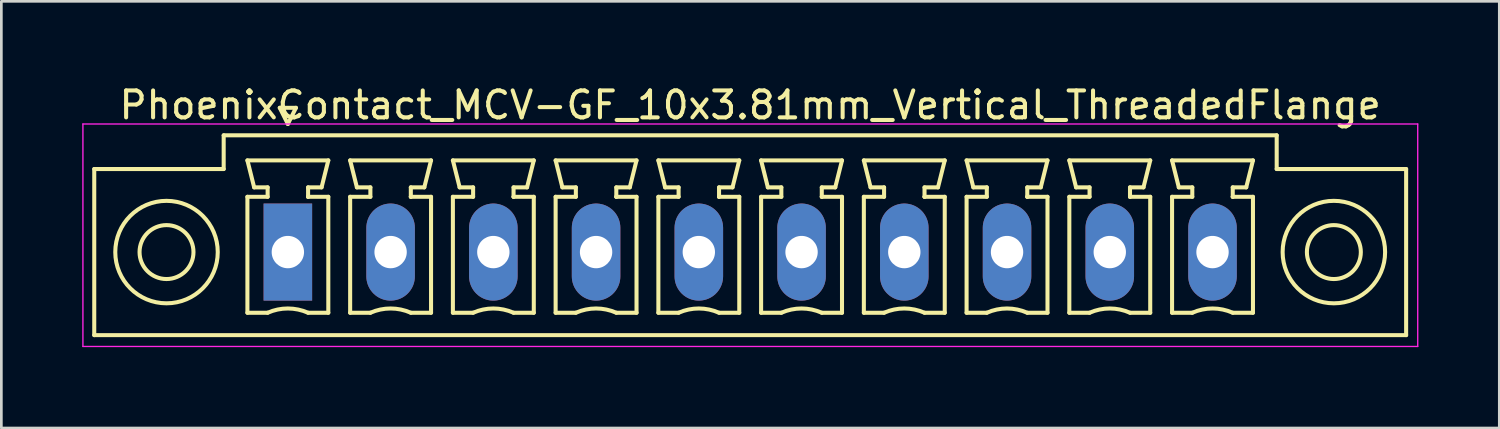
<source format=kicad_pcb>
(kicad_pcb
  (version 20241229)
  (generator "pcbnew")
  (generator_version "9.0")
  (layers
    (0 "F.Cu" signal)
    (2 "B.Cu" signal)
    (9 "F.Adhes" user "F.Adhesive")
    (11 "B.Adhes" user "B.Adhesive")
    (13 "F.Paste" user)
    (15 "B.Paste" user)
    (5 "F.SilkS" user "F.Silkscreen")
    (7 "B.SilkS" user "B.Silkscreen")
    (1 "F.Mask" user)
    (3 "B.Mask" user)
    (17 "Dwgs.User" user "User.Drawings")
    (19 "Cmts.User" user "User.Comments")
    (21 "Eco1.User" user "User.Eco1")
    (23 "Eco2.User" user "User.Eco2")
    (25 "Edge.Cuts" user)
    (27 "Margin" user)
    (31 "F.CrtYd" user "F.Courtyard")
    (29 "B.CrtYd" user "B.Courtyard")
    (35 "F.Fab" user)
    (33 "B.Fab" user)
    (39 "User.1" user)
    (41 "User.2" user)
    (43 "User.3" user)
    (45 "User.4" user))
  (footprint "PhoenixContact_MCV-GF_10x3.81mm_Vertical_ThreadedFlange"
    (layer "F.Cu")
    (at 7.625 6.298)
    (property "Reference" "PhoenixContact_MCV-GF_10x3.81mm_Vertical_ThreadedFlange" (at 17.145 -5.45 0) (layer "F.SilkS") (effects (font (size 1 1) (thickness 0.15))))
    (attr through_hole)
    (fp_line (start -7.18 -3.08) (end -7.18 3.08) (stroke (width 0.15) (type solid)) (layer "F.SilkS"))
    (fp_line (start -7.18 3.08) (end 41.47 3.08) (stroke (width 0.15) (type solid)) (layer "F.SilkS"))
    (fp_line (start -2.38 -4.33) (end -2.38 -3.08) (stroke (width 0.15) (type solid)) (layer "F.SilkS"))
    (fp_line (start -2.38 -3.08) (end -7.18 -3.08) (stroke (width 0.15) (type solid)) (layer "F.SilkS"))
    (fp_line (start -1.5 -3.4) (end 1.5 -3.4) (stroke (width 0.15) (type solid)) (layer "F.SilkS"))
    (fp_line (start -1.5 -2.05) (end -0.75 -2.05) (stroke (width 0.15) (type solid)) (layer "F.SilkS"))
    (fp_line (start -1.5 2.25) (end -1.5 -2.05) (stroke (width 0.15) (type solid)) (layer "F.SilkS"))
    (fp_line (start -1.25 -2.4) (end -1.5 -3.4) (stroke (width 0.15) (type solid)) (layer "F.SilkS"))
    (fp_line (start -0.75 -2.4) (end -1.25 -2.4) (stroke (width 0.15) (type solid)) (layer "F.SilkS"))
    (fp_line (start -0.75 -2.05) (end -0.75 -2.4) (stroke (width 0.15) (type solid)) (layer "F.SilkS"))
    (fp_line (start -0.75 2.25) (end -1.5 2.25) (stroke (width 0.15) (type solid)) (layer "F.SilkS"))
    (fp_line (start -0.3 -5.35) (end 0 -4.75) (stroke (width 0.15) (type solid)) (layer "F.SilkS"))
    (fp_line (start 0 -4.75) (end 0.3 -5.35) (stroke (width 0.15) (type solid)) (layer "F.SilkS"))
    (fp_line (start 0.3 -5.35) (end -0.3 -5.35) (stroke (width 0.15) (type solid)) (layer "F.SilkS"))
    (fp_line (start 0.75 -2.4) (end 0.75 -2.05) (stroke (width 0.15) (type solid)) (layer "F.SilkS"))
    (fp_line (start 0.75 -2.05) (end 0.75 -2.05) (stroke (width 0.15) (type solid)) (layer "F.SilkS"))
    (fp_line (start 0.75 -2.05) (end 1.5 -2.05) (stroke (width 0.15) (type solid)) (layer "F.SilkS"))
    (fp_line (start 1.25 -2.4) (end 0.75 -2.4) (stroke (width 0.15) (type solid)) (layer "F.SilkS"))
    (fp_line (start 1.5 -3.4) (end 1.25 -2.4) (stroke (width 0.15) (type solid)) (layer "F.SilkS"))
    (fp_line (start 1.5 -2.05) (end 1.5 2.25) (stroke (width 0.15) (type solid)) (layer "F.SilkS"))
    (fp_line (start 1.5 2.25) (end 0.75 2.25) (stroke (width 0.15) (type solid)) (layer "F.SilkS"))
    (fp_line (start 2.31 -3.4) (end 5.31 -3.4) (stroke (width 0.15) (type solid)) (layer "F.SilkS"))
    (fp_line (start 2.31 -2.05) (end 3.06 -2.05) (stroke (width 0.15) (type solid)) (layer "F.SilkS"))
    (fp_line (start 2.31 2.25) (end 2.31 -2.05) (stroke (width 0.15) (type solid)) (layer "F.SilkS"))
    (fp_line (start 2.56 -2.4) (end 2.31 -3.4) (stroke (width 0.15) (type solid)) (layer "F.SilkS"))
    (fp_line (start 3.06 -2.4) (end 2.56 -2.4) (stroke (width 0.15) (type solid)) (layer "F.SilkS"))
    (fp_line (start 3.06 -2.05) (end 3.06 -2.4) (stroke (width 0.15) (type solid)) (layer "F.SilkS"))
    (fp_line (start 3.06 2.25) (end 2.31 2.25) (stroke (width 0.15) (type solid)) (layer "F.SilkS"))
    (fp_line (start 4.56 -2.4) (end 4.56 -2.05) (stroke (width 0.15) (type solid)) (layer "F.SilkS"))
    (fp_line (start 4.56 -2.05) (end 4.56 -2.05) (stroke (width 0.15) (type solid)) (layer "F.SilkS"))
    (fp_line (start 4.56 -2.05) (end 5.31 -2.05) (stroke (width 0.15) (type solid)) (layer "F.SilkS"))
    (fp_line (start 5.06 -2.4) (end 4.56 -2.4) (stroke (width 0.15) (type solid)) (layer "F.SilkS"))
    (fp_line (start 5.31 -3.4) (end 5.06 -2.4) (stroke (width 0.15) (type solid)) (layer "F.SilkS"))
    (fp_line (start 5.31 -2.05) (end 5.31 2.25) (stroke (width 0.15) (type solid)) (layer "F.SilkS"))
    (fp_line (start 5.31 2.25) (end 4.56 2.25) (stroke (width 0.15) (type solid)) (layer "F.SilkS"))
    (fp_line (start 6.12 -3.4) (end 9.12 -3.4) (stroke (width 0.15) (type solid)) (layer "F.SilkS"))
    (fp_line (start 6.12 -2.05) (end 6.87 -2.05) (stroke (width 0.15) (type solid)) (layer "F.SilkS"))
    (fp_line (start 6.12 2.25) (end 6.12 -2.05) (stroke (width 0.15) (type solid)) (layer "F.SilkS"))
    (fp_line (start 6.37 -2.4) (end 6.12 -3.4) (stroke (width 0.15) (type solid)) (layer "F.SilkS"))
    (fp_line (start 6.87 -2.4) (end 6.37 -2.4) (stroke (width 0.15) (type solid)) (layer "F.SilkS"))
    (fp_line (start 6.87 -2.05) (end 6.87 -2.4) (stroke (width 0.15) (type solid)) (layer "F.SilkS"))
    (fp_line (start 6.87 2.25) (end 6.12 2.25) (stroke (width 0.15) (type solid)) (layer "F.SilkS"))
    (fp_line (start 8.37 -2.4) (end 8.37 -2.05) (stroke (width 0.15) (type solid)) (layer "F.SilkS"))
    (fp_line (start 8.37 -2.05) (end 8.37 -2.05) (stroke (width 0.15) (type solid)) (layer "F.SilkS"))
    (fp_line (start 8.37 -2.05) (end 9.12 -2.05) (stroke (width 0.15) (type solid)) (layer "F.SilkS"))
    (fp_line (start 8.87 -2.4) (end 8.37 -2.4) (stroke (width 0.15) (type solid)) (layer "F.SilkS"))
    (fp_line (start 9.12 -3.4) (end 8.87 -2.4) (stroke (width 0.15) (type solid)) (layer "F.SilkS"))
    (fp_line (start 9.12 -2.05) (end 9.12 2.25) (stroke (width 0.15) (type solid)) (layer "F.SilkS"))
    (fp_line (start 9.12 2.25) (end 8.37 2.25) (stroke (width 0.15) (type solid)) (layer "F.SilkS"))
    (fp_line (start 9.93 -3.4) (end 12.93 -3.4) (stroke (width 0.15) (type solid)) (layer "F.SilkS"))
    (fp_line (start 9.93 -2.05) (end 10.68 -2.05) (stroke (width 0.15) (type solid)) (layer "F.SilkS"))
    (fp_line (start 9.93 2.25) (end 9.93 -2.05) (stroke (width 0.15) (type solid)) (layer "F.SilkS"))
    (fp_line (start 10.18 -2.4) (end 9.93 -3.4) (stroke (width 0.15) (type solid)) (layer "F.SilkS"))
    (fp_line (start 10.68 -2.4) (end 10.18 -2.4) (stroke (width 0.15) (type solid)) (layer "F.SilkS"))
    (fp_line (start 10.68 -2.05) (end 10.68 -2.4) (stroke (width 0.15) (type solid)) (layer "F.SilkS"))
    (fp_line (start 10.68 2.25) (end 9.93 2.25) (stroke (width 0.15) (type solid)) (layer "F.SilkS"))
    (fp_line (start 12.18 -2.4) (end 12.18 -2.05) (stroke (width 0.15) (type solid)) (layer "F.SilkS"))
    (fp_line (start 12.18 -2.05) (end 12.18 -2.05) (stroke (width 0.15) (type solid)) (layer "F.SilkS"))
    (fp_line (start 12.18 -2.05) (end 12.93 -2.05) (stroke (width 0.15) (type solid)) (layer "F.SilkS"))
    (fp_line (start 12.68 -2.4) (end 12.18 -2.4) (stroke (width 0.15) (type solid)) (layer "F.SilkS"))
    (fp_line (start 12.93 -3.4) (end 12.68 -2.4) (stroke (width 0.15) (type solid)) (layer "F.SilkS"))
    (fp_line (start 12.93 -2.05) (end 12.93 2.25) (stroke (width 0.15) (type solid)) (layer "F.SilkS"))
    (fp_line (start 12.93 2.25) (end 12.18 2.25) (stroke (width 0.15) (type solid)) (layer "F.SilkS"))
    (fp_line (start 13.74 -3.4) (end 16.74 -3.4) (stroke (width 0.15) (type solid)) (layer "F.SilkS"))
    (fp_line (start 13.74 -2.05) (end 14.49 -2.05) (stroke (width 0.15) (type solid)) (layer "F.SilkS"))
    (fp_line (start 13.74 2.25) (end 13.74 -2.05) (stroke (width 0.15) (type solid)) (layer "F.SilkS"))
    (fp_line (start 13.99 -2.4) (end 13.74 -3.4) (stroke (width 0.15) (type solid)) (layer "F.SilkS"))
    (fp_line (start 14.49 -2.4) (end 13.99 -2.4) (stroke (width 0.15) (type solid)) (layer "F.SilkS"))
    (fp_line (start 14.49 -2.05) (end 14.49 -2.4) (stroke (width 0.15) (type solid)) (layer "F.SilkS"))
    (fp_line (start 14.49 2.25) (end 13.74 2.25) (stroke (width 0.15) (type solid)) (layer "F.SilkS"))
    (fp_line (start 15.99 -2.4) (end 15.99 -2.05) (stroke (width 0.15) (type solid)) (layer "F.SilkS"))
    (fp_line (start 15.99 -2.05) (end 15.99 -2.05) (stroke (width 0.15) (type solid)) (layer "F.SilkS"))
    (fp_line (start 15.99 -2.05) (end 16.74 -2.05) (stroke (width 0.15) (type solid)) (layer "F.SilkS"))
    (fp_line (start 16.49 -2.4) (end 15.99 -2.4) (stroke (width 0.15) (type solid)) (layer "F.SilkS"))
    (fp_line (start 16.74 -3.4) (end 16.49 -2.4) (stroke (width 0.15) (type solid)) (layer "F.SilkS"))
    (fp_line (start 16.74 -2.05) (end 16.74 2.25) (stroke (width 0.15) (type solid)) (layer "F.SilkS"))
    (fp_line (start 16.74 2.25) (end 15.99 2.25) (stroke (width 0.15) (type solid)) (layer "F.SilkS"))
    (fp_line (start 17.55 -3.4) (end 20.55 -3.4) (stroke (width 0.15) (type solid)) (layer "F.SilkS"))
    (fp_line (start 17.55 -2.05) (end 18.3 -2.05) (stroke (width 0.15) (type solid)) (layer "F.SilkS"))
    (fp_line (start 17.55 2.25) (end 17.55 -2.05) (stroke (width 0.15) (type solid)) (layer "F.SilkS"))
    (fp_line (start 17.8 -2.4) (end 17.55 -3.4) (stroke (width 0.15) (type solid)) (layer "F.SilkS"))
    (fp_line (start 18.3 -2.4) (end 17.8 -2.4) (stroke (width 0.15) (type solid)) (layer "F.SilkS"))
    (fp_line (start 18.3 -2.05) (end 18.3 -2.4) (stroke (width 0.15) (type solid)) (layer "F.SilkS"))
    (fp_line (start 18.3 2.25) (end 17.55 2.25) (stroke (width 0.15) (type solid)) (layer "F.SilkS"))
    (fp_line (start 19.8 -2.4) (end 19.8 -2.05) (stroke (width 0.15) (type solid)) (layer "F.SilkS"))
    (fp_line (start 19.8 -2.05) (end 19.8 -2.05) (stroke (width 0.15) (type solid)) (layer "F.SilkS"))
    (fp_line (start 19.8 -2.05) (end 20.55 -2.05) (stroke (width 0.15) (type solid)) (layer "F.SilkS"))
    (fp_line (start 20.3 -2.4) (end 19.8 -2.4) (stroke (width 0.15) (type solid)) (layer "F.SilkS"))
    (fp_line (start 20.55 -3.4) (end 20.3 -2.4) (stroke (width 0.15) (type solid)) (layer "F.SilkS"))
    (fp_line (start 20.55 -2.05) (end 20.55 2.25) (stroke (width 0.15) (type solid)) (layer "F.SilkS"))
    (fp_line (start 20.55 2.25) (end 19.8 2.25) (stroke (width 0.15) (type solid)) (layer "F.SilkS"))
    (fp_line (start 21.36 -3.4) (end 24.36 -3.4) (stroke (width 0.15) (type solid)) (layer "F.SilkS"))
    (fp_line (start 21.36 -2.05) (end 22.11 -2.05) (stroke (width 0.15) (type solid)) (layer "F.SilkS"))
    (fp_line (start 21.36 2.25) (end 21.36 -2.05) (stroke (width 0.15) (type solid)) (layer "F.SilkS"))
    (fp_line (start 21.61 -2.4) (end 21.36 -3.4) (stroke (width 0.15) (type solid)) (layer "F.SilkS"))
    (fp_line (start 22.11 -2.4) (end 21.61 -2.4) (stroke (width 0.15) (type solid)) (layer "F.SilkS"))
    (fp_line (start 22.11 -2.05) (end 22.11 -2.4) (stroke (width 0.15) (type solid)) (layer "F.SilkS"))
    (fp_line (start 22.11 2.25) (end 21.36 2.25) (stroke (width 0.15) (type solid)) (layer "F.SilkS"))
    (fp_line (start 23.61 -2.4) (end 23.61 -2.05) (stroke (width 0.15) (type solid)) (layer "F.SilkS"))
    (fp_line (start 23.61 -2.05) (end 23.61 -2.05) (stroke (width 0.15) (type solid)) (layer "F.SilkS"))
    (fp_line (start 23.61 -2.05) (end 24.36 -2.05) (stroke (width 0.15) (type solid)) (layer "F.SilkS"))
    (fp_line (start 24.11 -2.4) (end 23.61 -2.4) (stroke (width 0.15) (type solid)) (layer "F.SilkS"))
    (fp_line (start 24.36 -3.4) (end 24.11 -2.4) (stroke (width 0.15) (type solid)) (layer "F.SilkS"))
    (fp_line (start 24.36 -2.05) (end 24.36 2.25) (stroke (width 0.15) (type solid)) (layer "F.SilkS"))
    (fp_line (start 24.36 2.25) (end 23.61 2.25) (stroke (width 0.15) (type solid)) (layer "F.SilkS"))
    (fp_line (start 25.17 -3.4) (end 28.17 -3.4) (stroke (width 0.15) (type solid)) (layer "F.SilkS"))
    (fp_line (start 25.17 -2.05) (end 25.92 -2.05) (stroke (width 0.15) (type solid)) (layer "F.SilkS"))
    (fp_line (start 25.17 2.25) (end 25.17 -2.05) (stroke (width 0.15) (type solid)) (layer "F.SilkS"))
    (fp_line (start 25.42 -2.4) (end 25.17 -3.4) (stroke (width 0.15) (type solid)) (layer "F.SilkS"))
    (fp_line (start 25.92 -2.4) (end 25.42 -2.4) (stroke (width 0.15) (type solid)) (layer "F.SilkS"))
    (fp_line (start 25.92 -2.05) (end 25.92 -2.4) (stroke (width 0.15) (type solid)) (layer "F.SilkS"))
    (fp_line (start 25.92 2.25) (end 25.17 2.25) (stroke (width 0.15) (type solid)) (layer "F.SilkS"))
    (fp_line (start 27.42 -2.4) (end 27.42 -2.05) (stroke (width 0.15) (type solid)) (layer "F.SilkS"))
    (fp_line (start 27.42 -2.05) (end 27.42 -2.05) (stroke (width 0.15) (type solid)) (layer "F.SilkS"))
    (fp_line (start 27.42 -2.05) (end 28.17 -2.05) (stroke (width 0.15) (type solid)) (layer "F.SilkS"))
    (fp_line (start 27.92 -2.4) (end 27.42 -2.4) (stroke (width 0.15) (type solid)) (layer "F.SilkS"))
    (fp_line (start 28.17 -3.4) (end 27.92 -2.4) (stroke (width 0.15) (type solid)) (layer "F.SilkS"))
    (fp_line (start 28.17 -2.05) (end 28.17 2.25) (stroke (width 0.15) (type solid)) (layer "F.SilkS"))
    (fp_line (start 28.17 2.25) (end 27.42 2.25) (stroke (width 0.15) (type solid)) (layer "F.SilkS"))
    (fp_line (start 28.98 -3.4) (end 31.98 -3.4) (stroke (width 0.15) (type solid)) (layer "F.SilkS"))
    (fp_line (start 28.98 -2.05) (end 29.73 -2.05) (stroke (width 0.15) (type solid)) (layer "F.SilkS"))
    (fp_line (start 28.98 2.25) (end 28.98 -2.05) (stroke (width 0.15) (type solid)) (layer "F.SilkS"))
    (fp_line (start 29.23 -2.4) (end 28.98 -3.4) (stroke (width 0.15) (type solid)) (layer "F.SilkS"))
    (fp_line (start 29.73 -2.4) (end 29.23 -2.4) (stroke (width 0.15) (type solid)) (layer "F.SilkS"))
    (fp_line (start 29.73 -2.05) (end 29.73 -2.4) (stroke (width 0.15) (type solid)) (layer "F.SilkS"))
    (fp_line (start 29.73 2.25) (end 28.98 2.25) (stroke (width 0.15) (type solid)) (layer "F.SilkS"))
    (fp_line (start 31.23 -2.4) (end 31.23 -2.05) (stroke (width 0.15) (type solid)) (layer "F.SilkS"))
    (fp_line (start 31.23 -2.05) (end 31.23 -2.05) (stroke (width 0.15) (type solid)) (layer "F.SilkS"))
    (fp_line (start 31.23 -2.05) (end 31.98 -2.05) (stroke (width 0.15) (type solid)) (layer "F.SilkS"))
    (fp_line (start 31.73 -2.4) (end 31.23 -2.4) (stroke (width 0.15) (type solid)) (layer "F.SilkS"))
    (fp_line (start 31.98 -3.4) (end 31.73 -2.4) (stroke (width 0.15) (type solid)) (layer "F.SilkS"))
    (fp_line (start 31.98 -2.05) (end 31.98 2.25) (stroke (width 0.15) (type solid)) (layer "F.SilkS"))
    (fp_line (start 31.98 2.25) (end 31.23 2.25) (stroke (width 0.15) (type solid)) (layer "F.SilkS"))
    (fp_line (start 32.79 -3.4) (end 35.79 -3.4) (stroke (width 0.15) (type solid)) (layer "F.SilkS"))
    (fp_line (start 32.79 -2.05) (end 33.54 -2.05) (stroke (width 0.15) (type solid)) (layer "F.SilkS"))
    (fp_line (start 32.79 2.25) (end 32.79 -2.05) (stroke (width 0.15) (type solid)) (layer "F.SilkS"))
    (fp_line (start 33.04 -2.4) (end 32.79 -3.4) (stroke (width 0.15) (type solid)) (layer "F.SilkS"))
    (fp_line (start 33.54 -2.4) (end 33.04 -2.4) (stroke (width 0.15) (type solid)) (layer "F.SilkS"))
    (fp_line (start 33.54 -2.05) (end 33.54 -2.4) (stroke (width 0.15) (type solid)) (layer "F.SilkS"))
    (fp_line (start 33.54 2.25) (end 32.79 2.25) (stroke (width 0.15) (type solid)) (layer "F.SilkS"))
    (fp_line (start 35.04 -2.4) (end 35.04 -2.05) (stroke (width 0.15) (type solid)) (layer "F.SilkS"))
    (fp_line (start 35.04 -2.05) (end 35.04 -2.05) (stroke (width 0.15) (type solid)) (layer "F.SilkS"))
    (fp_line (start 35.04 -2.05) (end 35.79 -2.05) (stroke (width 0.15) (type solid)) (layer "F.SilkS"))
    (fp_line (start 35.54 -2.4) (end 35.04 -2.4) (stroke (width 0.15) (type solid)) (layer "F.SilkS"))
    (fp_line (start 35.79 -3.4) (end 35.54 -2.4) (stroke (width 0.15) (type solid)) (layer "F.SilkS"))
    (fp_line (start 35.79 -2.05) (end 35.79 2.25) (stroke (width 0.15) (type solid)) (layer "F.SilkS"))
    (fp_line (start 35.79 2.25) (end 35.04 2.25) (stroke (width 0.15) (type solid)) (layer "F.SilkS"))
    (fp_line (start 36.67 -4.33) (end -2.38 -4.33) (stroke (width 0.15) (type solid)) (layer "F.SilkS"))
    (fp_line (start 36.67 -3.08) (end 36.67 -4.33) (stroke (width 0.15) (type solid)) (layer "F.SilkS"))
    (fp_line (start 41.47 -3.08) (end 36.67 -3.08) (stroke (width 0.15) (type solid)) (layer "F.SilkS"))
    (fp_line (start 41.47 3.08) (end 41.47 -3.08) (stroke (width 0.15) (type solid)) (layer "F.SilkS"))
    (fp_arc (start -0.75 2.25) (mid -0.000193 2.09191) (end 0.749647 2.249844) (stroke (width 0.15) (type solid)) (layer "F.SilkS"))
    (fp_arc (start 3.06 2.25) (mid 3.809807 2.09191) (end 4.559647 2.249844) (stroke (width 0.15) (type solid)) (layer "F.SilkS"))
    (fp_arc (start 6.87 2.25) (mid 7.619807 2.09191) (end 8.369647 2.249844) (stroke (width 0.15) (type solid)) (layer "F.SilkS"))
    (fp_arc (start 10.68 2.25) (mid 11.429807 2.09191) (end 12.179647 2.249844) (stroke (width 0.15) (type solid)) (layer "F.SilkS"))
    (fp_arc (start 14.49 2.25) (mid 15.239807 2.09191) (end 15.989647 2.249844) (stroke (width 0.15) (type solid)) (layer "F.SilkS"))
    (fp_arc (start 18.3 2.25) (mid 19.049807 2.09191) (end 19.799647 2.249844) (stroke (width 0.15) (type solid)) (layer "F.SilkS"))
    (fp_arc (start 22.11 2.25) (mid 22.859807 2.09191) (end 23.609647 2.249844) (stroke (width 0.15) (type solid)) (layer "F.SilkS"))
    (fp_arc (start 25.92 2.25) (mid 26.669807 2.09191) (end 27.419647 2.249844) (stroke (width 0.15) (type solid)) (layer "F.SilkS"))
    (fp_arc (start 29.73 2.25) (mid 30.479807 2.09191) (end 31.229647 2.249844) (stroke (width 0.15) (type solid)) (layer "F.SilkS"))
    (fp_arc (start 33.54 2.25) (mid 34.289807 2.09191) (end 35.039647 2.249844) (stroke (width 0.15) (type solid)) (layer "F.SilkS"))
    (fp_circle (center -4.5 0) (end -3.5 0) (stroke (width 0.15) (type solid)) (fill no) (layer "F.SilkS"))
    (fp_circle (center -4.5 0) (end -2.6 0) (stroke (width 0.15) (type solid)) (fill no) (layer "F.SilkS"))
    (fp_circle (center 38.79 0) (end 39.79 0) (stroke (width 0.15) (type solid)) (fill no) (layer "F.SilkS"))
    (fp_circle (center 38.79 0) (end 40.69 0) (stroke (width 0.15) (type solid)) (fill no) (layer "F.SilkS"))
    (fp_line (start -7.6 -4.75) (end -7.6 3.5) (stroke (width 0.05) (type solid)) (layer "F.CrtYd"))
    (fp_line (start -7.6 3.5) (end 41.9 3.5) (stroke (width 0.05) (type solid)) (layer "F.CrtYd"))
    (fp_line (start 41.9 -4.75) (end -7.6 -4.75) (stroke (width 0.05) (type solid)) (layer "F.CrtYd"))
    (fp_line (start 41.9 3.5) (end 41.9 -4.75) (stroke (width 0.05) (type solid)) (layer "F.CrtYd"))
    (pad "1" thru_hole rect (at 0 0) (size 1.8 3.6) (drill 1.2) (layers "*.Cu" "*.Mask"))
    (pad "2" thru_hole oval (at 3.81 0) (size 1.8 3.6) (drill 1.2) (layers "*.Cu" "*.Mask"))
    (pad "3" thru_hole oval (at 7.62 0) (size 1.8 3.6) (drill 1.2) (layers "*.Cu" "*.Mask"))
    (pad "4" thru_hole oval (at 11.43 0) (size 1.8 3.6) (drill 1.2) (layers "*.Cu" "*.Mask"))
    (pad "5" thru_hole oval (at 15.24 0) (size 1.8 3.6) (drill 1.2) (layers "*.Cu" "*.Mask"))
    (pad "6" thru_hole oval (at 19.05 0) (size 1.8 3.6) (drill 1.2) (layers "*.Cu" "*.Mask"))
    (pad "7" thru_hole oval (at 22.86 0) (size 1.8 3.6) (drill 1.2) (layers "*.Cu" "*.Mask"))
    (pad "8" thru_hole oval (at 26.67 0) (size 1.8 3.6) (drill 1.2) (layers "*.Cu" "*.Mask"))
    (pad "9" thru_hole oval (at 30.48 0) (size 1.8 3.6) (drill 1.2) (layers "*.Cu" "*.Mask"))
    (pad "10" thru_hole oval (at 34.29 0) (size 1.8 3.6) (drill 1.2) (layers "*.Cu" "*.Mask")))
  (gr_rect
    (start -3 -3)
    (end 52.55 12.823)
    (stroke (width 0.1) (type default))
    (fill no)
    (layer "Edge.Cuts")))
</source>
